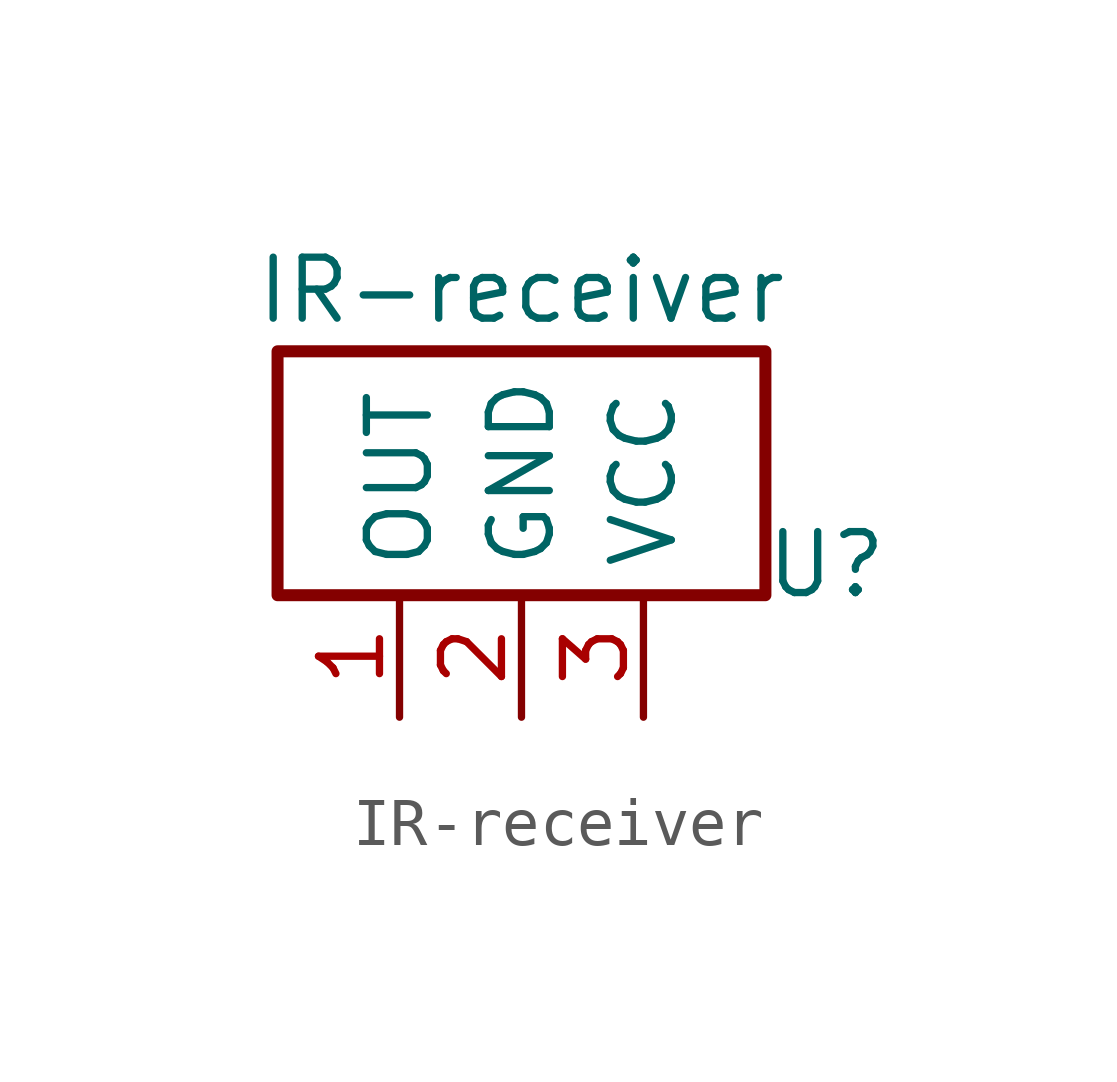
<source format=kicad_sym>
(kicad_symbol_lib
  (version 20211014)
  (generator kicad_symbol_editor)
  (symbol "IR-receiver"
    (property "Reference" "U"
      (at 6.35 0.635 0)
      (effects (font (size 1.27 1.27))))
    (property "Value" "IR-receiver"
      (at 0 6.35 0)
      (effects (font (size 1.27 1.27))))
    (symbol "IR-receiver_0_1"
      (rectangle (start 5.08 0) (end -5.08 5.08) (stroke (width 0.25) (type default) (color 0 0 0 0)) (fill (type none))))
    (symbol "IR-receiver_1_1"
      (pin input line (at -2.54 -2.54 90) (length 2.54) (name "OUT" (effects (font (size 1.27 1.27)))) (number "1" (effects (font (size 1.27 1.27)))))
      (pin input line (at 0 -2.54 90) (length 2.54) (name "GND" (effects (font (size 1.27 1.27)))) (number "2" (effects (font (size 1.27 1.27)))))
      (pin input line (at 2.54 -2.54 90) (length 2.54) (name "VCC" (effects (font (size 1.27 1.27)))) (number "3" (effects (font (size 1.27 1.27))))))))
</source>
